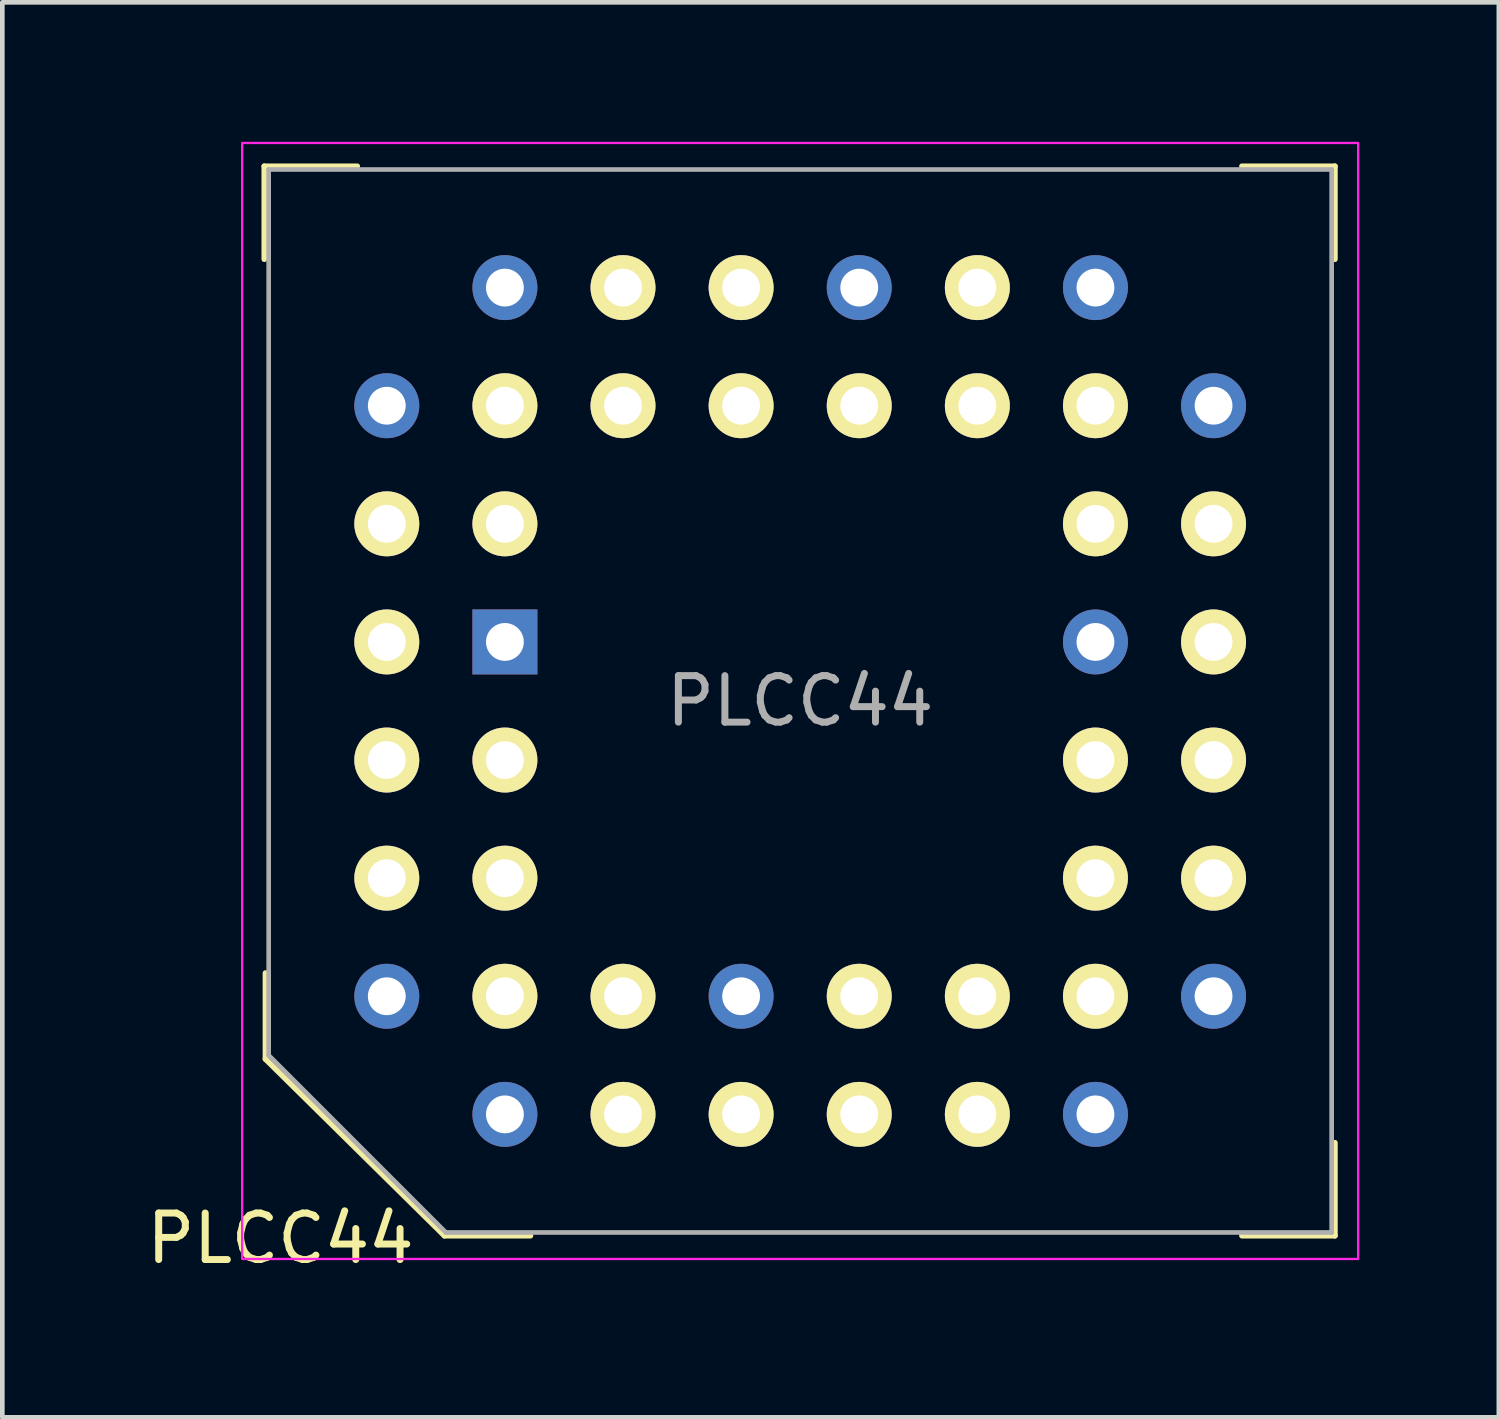
<source format=kicad_pcb>
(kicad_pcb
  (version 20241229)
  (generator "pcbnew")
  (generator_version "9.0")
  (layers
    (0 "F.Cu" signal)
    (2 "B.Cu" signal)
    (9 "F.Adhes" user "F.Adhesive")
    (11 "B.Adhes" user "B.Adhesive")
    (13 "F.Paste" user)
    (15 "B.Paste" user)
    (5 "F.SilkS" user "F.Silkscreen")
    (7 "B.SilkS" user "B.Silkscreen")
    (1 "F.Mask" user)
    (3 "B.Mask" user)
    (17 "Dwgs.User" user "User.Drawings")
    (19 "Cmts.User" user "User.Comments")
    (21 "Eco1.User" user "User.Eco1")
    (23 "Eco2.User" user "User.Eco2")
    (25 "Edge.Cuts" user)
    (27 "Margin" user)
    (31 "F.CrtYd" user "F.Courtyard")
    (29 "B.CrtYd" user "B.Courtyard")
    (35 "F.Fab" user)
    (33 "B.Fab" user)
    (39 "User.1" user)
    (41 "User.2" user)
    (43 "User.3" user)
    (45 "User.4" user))
  (footprint "PLCC44"
    (layer "F.Cu")
    (at 14.158 12.025)
    (property "Reference" "PLCC44" (at -11.176 11.557 0) (layer "F.SilkS") (effects (font (size 1 1) (thickness 0.15))))
    (attr through_hole)
    (fp_line (start -11.525 -11.5) (end -11.525 -9.5) (stroke (width 0.12) (type solid)) (layer "F.SilkS"))
    (fp_line (start -11.525 -11.5) (end -9.525 -11.5) (stroke (width 0.12) (type solid)) (layer "F.SilkS"))
    (fp_line (start -11.5 7.7) (end -11.5 5.85) (stroke (width 0.12) (type solid)) (layer "F.SilkS"))
    (fp_line (start -7.65 11.5) (end -11.5 7.7) (stroke (width 0.12) (type solid)) (layer "F.SilkS"))
    (fp_line (start -7.65 11.5) (end -5.8 11.5) (stroke (width 0.12) (type solid)) (layer "F.SilkS"))
    (fp_line (start 11.5 -11.5) (end 9.5 -11.5) (stroke (width 0.12) (type solid)) (layer "F.SilkS"))
    (fp_line (start 11.5 -11.5) (end 11.5 -9.5) (stroke (width 0.12) (type solid)) (layer "F.SilkS"))
    (fp_line (start 11.5 11.5) (end 9.5 11.5) (stroke (width 0.12) (type solid)) (layer "F.SilkS"))
    (fp_line (start 11.5 11.5) (end 11.5 9.5) (stroke (width 0.12) (type solid)) (layer "F.SilkS"))
    (fp_rect (start -12 -12) (end 12 12) (stroke (width 0.05) (type solid)) (fill no) (layer "F.CrtYd"))
    (fp_line (start -11.43 -11.43) (end -11.43 7.62) (stroke (width 0.1) (type solid)) (layer "F.Fab"))
    (fp_line (start -11.43 7.62) (end -7.62 11.43) (stroke (width 0.1) (type solid)) (layer "F.Fab"))
    (fp_line (start -7.62 11.43) (end 11.43 11.43) (stroke (width 0.1) (type solid)) (layer "F.Fab"))
    (fp_line (start 11.43 -11.43) (end -11.43 -11.43) (stroke (width 0.1) (type solid)) (layer "F.Fab"))
    (fp_line (start 11.43 11.43) (end 11.43 -11.43) (stroke (width 0.1) (type solid)) (layer "F.Fab"))
    (fp_text user "${REFERENCE}" (at 0 0 0) (layer "F.Fab") (effects (font (size 1 1) (thickness 0.15))))
    (pad "1" thru_hole rect (at -6.35 -1.27) (size 1.397 1.397) (drill 0.813) (layers "*.Cu" "*.Mask"))
    (pad "2" thru_hole circle (at -8.89 1.27) (size 1.397 1.397) (drill 0.813) (layers "*.Cu" "*.Mask" "F.SilkS"))
    (pad "3" thru_hole circle (at -6.35 1.27) (size 1.397 1.397) (drill 0.813) (layers "*.Cu" "*.Mask" "F.SilkS"))
    (pad "4" thru_hole circle (at -8.89 3.81) (size 1.397 1.397) (drill 0.813) (layers "*.Cu" "*.Mask" "F.SilkS"))
    (pad "5" thru_hole circle (at -6.35 3.81) (size 1.397 1.397) (drill 0.813) (layers "*.Cu" "*.Mask" "F.SilkS"))
    (pad "6" thru_hole circle (at -8.89 6.35) (size 1.397 1.397) (drill 0.813) (layers "*.Cu" "*.Mask"))
    (pad "7" thru_hole circle (at -6.35 8.89) (size 1.397 1.397) (drill 0.813) (layers "*.Cu" "*.Mask"))
    (pad "8" thru_hole circle (at -6.35 6.35) (size 1.397 1.397) (drill 0.813) (layers "*.Cu" "*.Mask" "F.SilkS"))
    (pad "9" thru_hole circle (at -3.81 8.89) (size 1.397 1.397) (drill 0.813) (layers "*.Cu" "*.Mask" "F.SilkS"))
    (pad "10" thru_hole circle (at -3.81 6.35) (size 1.397 1.397) (drill 0.813) (layers "*.Cu" "*.Mask" "F.SilkS"))
    (pad "11" thru_hole circle (at -1.27 8.89) (size 1.397 1.397) (drill 0.813) (layers "*.Cu" "*.Mask" "F.SilkS"))
    (pad "12" thru_hole circle (at -1.27 6.35) (size 1.397 1.397) (drill 0.813) (layers "*.Cu" "*.Mask"))
    (pad "13" thru_hole circle (at 1.27 8.89) (size 1.397 1.397) (drill 0.813) (layers "*.Cu" "*.Mask" "F.SilkS"))
    (pad "14" thru_hole circle (at 1.27 6.35) (size 1.397 1.397) (drill 0.813) (layers "*.Cu" "*.Mask" "F.SilkS"))
    (pad "15" thru_hole circle (at 3.81 8.89) (size 1.397 1.397) (drill 0.813) (layers "*.Cu" "*.Mask" "F.SilkS"))
    (pad "16" thru_hole circle (at 3.81 6.35) (size 1.397 1.397) (drill 0.813) (layers "*.Cu" "*.Mask" "F.SilkS"))
    (pad "17" thru_hole circle (at 6.35 8.89) (size 1.397 1.397) (drill 0.813) (layers "*.Cu" "*.Mask"))
    (pad "18" thru_hole circle (at 8.89 6.35) (size 1.397 1.397) (drill 0.813) (layers "*.Cu" "*.Mask"))
    (pad "19" thru_hole circle (at 6.35 6.35) (size 1.397 1.397) (drill 0.813) (layers "*.Cu" "*.Mask" "F.SilkS"))
    (pad "20" thru_hole circle (at 8.89 3.81) (size 1.397 1.397) (drill 0.813) (layers "*.Cu" "*.Mask" "F.SilkS"))
    (pad "21" thru_hole circle (at 6.35 3.81) (size 1.397 1.397) (drill 0.813) (layers "*.Cu" "*.Mask" "F.SilkS"))
    (pad "22" thru_hole circle (at 8.89 1.27) (size 1.397 1.397) (drill 0.813) (layers "*.Cu" "*.Mask" "F.SilkS"))
    (pad "23" thru_hole circle (at 6.35 1.27) (size 1.397 1.397) (drill 0.813) (layers "*.Cu" "*.Mask" "F.SilkS"))
    (pad "24" thru_hole circle (at 8.89 -1.27) (size 1.397 1.397) (drill 0.813) (layers "*.Cu" "*.Mask" "F.SilkS"))
    (pad "25" thru_hole circle (at 6.35 -1.27) (size 1.397 1.397) (drill 0.813) (layers "*.Cu" "*.Mask"))
    (pad "26" thru_hole circle (at 8.89 -3.81) (size 1.397 1.397) (drill 0.813) (layers "*.Cu" "*.Mask" "F.SilkS"))
    (pad "27" thru_hole circle (at 6.35 -3.81) (size 1.397 1.397) (drill 0.813) (layers "*.Cu" "*.Mask" "F.SilkS"))
    (pad "28" thru_hole circle (at 8.89 -6.35) (size 1.397 1.397) (drill 0.813) (layers "*.Cu" "*.Mask"))
    (pad "29" thru_hole circle (at 6.35 -8.89) (size 1.397 1.397) (drill 0.813) (layers "*.Cu" "*.Mask"))
    (pad "30" thru_hole circle (at 6.35 -6.35) (size 1.397 1.397) (drill 0.813) (layers "*.Cu" "*.Mask" "F.SilkS"))
    (pad "31" thru_hole circle (at 3.81 -8.89) (size 1.397 1.397) (drill 0.813) (layers "*.Cu" "*.Mask" "F.SilkS"))
    (pad "32" thru_hole circle (at 3.81 -6.35) (size 1.397 1.397) (drill 0.813) (layers "*.Cu" "*.Mask" "F.SilkS"))
    (pad "33" thru_hole circle (at 1.27 -8.89) (size 1.397 1.397) (drill 0.813) (layers "*.Cu" "*.Mask"))
    (pad "34" thru_hole circle (at 1.27 -6.35) (size 1.397 1.397) (drill 0.813) (layers "*.Cu" "*.Mask" "F.SilkS"))
    (pad "35" thru_hole circle (at -1.27 -8.89) (size 1.397 1.397) (drill 0.813) (layers "*.Cu" "*.Mask" "F.SilkS"))
    (pad "36" thru_hole circle (at -1.27 -6.35) (size 1.397 1.397) (drill 0.813) (layers "*.Cu" "*.Mask" "F.SilkS"))
    (pad "37" thru_hole circle (at -3.81 -8.89) (size 1.397 1.397) (drill 0.813) (layers "*.Cu" "*.Mask" "F.SilkS"))
    (pad "38" thru_hole circle (at -3.81 -6.35) (size 1.397 1.397) (drill 0.813) (layers "*.Cu" "*.Mask" "F.SilkS"))
    (pad "39" thru_hole circle (at -6.35 -8.89) (size 1.397 1.397) (drill 0.813) (layers "*.Cu" "*.Mask"))
    (pad "40" thru_hole circle (at -8.89 -6.35) (size 1.397 1.397) (drill 0.813) (layers "*.Cu" "*.Mask"))
    (pad "41" thru_hole circle (at -6.35 -6.35) (size 1.397 1.397) (drill 0.813) (layers "*.Cu" "*.Mask" "F.SilkS"))
    (pad "42" thru_hole circle (at -8.89 -3.81) (size 1.397 1.397) (drill 0.813) (layers "*.Cu" "*.Mask" "F.SilkS"))
    (pad "43" thru_hole circle (at -6.35 -3.81) (size 1.397 1.397) (drill 0.813) (layers "*.Cu" "*.Mask" "F.SilkS"))
    (pad "44" thru_hole circle (at -8.89 -1.27) (size 1.397 1.397) (drill 0.813) (layers "*.Cu" "*.Mask" "F.SilkS")))
  (gr_rect
    (start -3 -3)
    (end 29.183 27.43)
    (stroke (width 0.1) (type default))
    (fill no)
    (layer "Edge.Cuts")))
</source>
